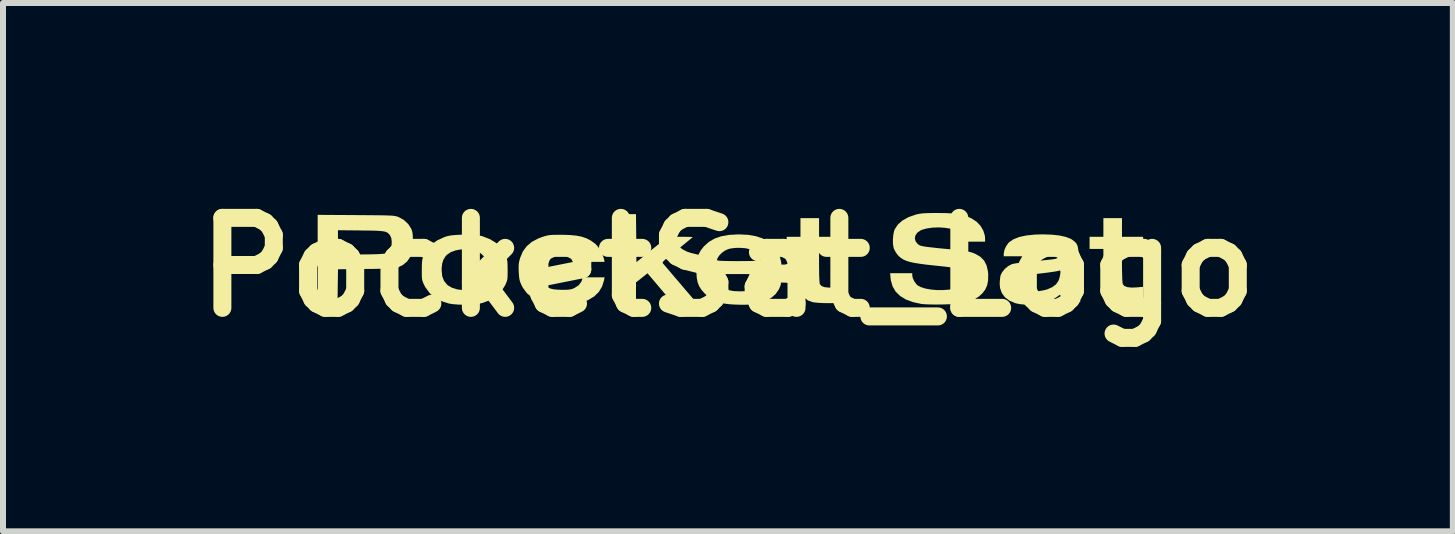
<source format=kicad_pcb>
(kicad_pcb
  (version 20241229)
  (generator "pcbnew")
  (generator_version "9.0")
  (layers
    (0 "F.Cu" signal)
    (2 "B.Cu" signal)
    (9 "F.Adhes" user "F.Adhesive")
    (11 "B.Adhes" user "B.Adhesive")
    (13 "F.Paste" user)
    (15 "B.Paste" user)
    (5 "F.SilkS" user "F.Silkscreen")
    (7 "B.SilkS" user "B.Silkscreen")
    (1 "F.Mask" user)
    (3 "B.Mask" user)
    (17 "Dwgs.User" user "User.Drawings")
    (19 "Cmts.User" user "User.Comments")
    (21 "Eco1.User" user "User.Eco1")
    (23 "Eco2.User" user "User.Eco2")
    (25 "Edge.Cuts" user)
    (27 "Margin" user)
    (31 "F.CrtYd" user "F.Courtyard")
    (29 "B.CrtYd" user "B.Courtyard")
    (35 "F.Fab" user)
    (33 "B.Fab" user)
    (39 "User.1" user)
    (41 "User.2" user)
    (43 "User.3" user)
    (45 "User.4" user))
  (footprint "PocketSat_Logo"
    (layer "F.Cu")
    (at 9.086 1.404)
    (property "Reference" "PocketSat_Logo" (at 0 0 0) (layer "F.SilkS") (effects (font (size 1.5 1.5) (thickness 0.3))))
    (attr board_only exclude_from_pos_files exclude_from_bom)
    (fp_poly (pts (xy 1.519 -0.662) (xy 1.519 -0.506) (xy 1.695 -0.506) (xy 1.87 -0.506) (xy 1.87 -0.405) (xy 1.87 -0.304) (xy 1.695 -0.304) (xy 1.519 -0.304) (xy 1.519 -0.028) (xy 1.52 0.058) (xy 1.521 0.136) (xy 1.524 0.202) (xy 1.527 0.252) (xy 1.531 0.28) (xy 1.532 0.282) (xy 1.558 0.313) (xy 1.608 0.333) (xy 1.68 0.341) (xy 1.765 0.337) (xy 1.87 0.328) (xy 1.87 0.456) (xy 1.87 0.584) (xy 1.828 0.592) (xy 1.784 0.597) (xy 1.722 0.6) (xy 1.649 0.6) (xy 1.572 0.598) (xy 1.501 0.594) (xy 1.442 0.588) (xy 1.407 0.582) (xy 1.335 0.555) (xy 1.283 0.516) (xy 1.243 0.46) (xy 1.239 0.452) (xy 1.23 0.433) (xy 1.223 0.413) (xy 1.217 0.39) (xy 1.213 0.36) (xy 1.211 0.318) (xy 1.209 0.262) (xy 1.209 0.188) (xy 1.209 0.091) (xy 1.209 0.044) (xy 1.209 -0.304) (xy 1.094 -0.304) (xy 0.979 -0.304) (xy 0.979 -0.405) (xy 0.979 -0.506) (xy 1.094 -0.506) (xy 1.209 -0.506) (xy 1.209 -0.662) (xy 1.209 -0.817) (xy 1.364 -0.817) (xy 1.519 -0.817)) (stroke (width 0) (type solid)) (fill yes) (layer "F.SilkS"))
    (fp_poly (pts (xy 6.569 -0.662) (xy 6.569 -0.506) (xy 6.745 -0.506) (xy 6.921 -0.506) (xy 6.921 -0.405) (xy 6.921 -0.304) (xy 6.745 -0.304) (xy 6.569 -0.304) (xy 6.569 -0.028) (xy 6.57 0.058) (xy 6.572 0.136) (xy 6.574 0.202) (xy 6.578 0.252) (xy 6.582 0.28) (xy 6.582 0.282) (xy 6.608 0.313) (xy 6.658 0.333) (xy 6.731 0.341) (xy 6.815 0.337) (xy 6.921 0.328) (xy 6.921 0.456) (xy 6.921 0.584) (xy 6.878 0.592) (xy 6.835 0.597) (xy 6.772 0.6) (xy 6.699 0.6) (xy 6.623 0.598) (xy 6.551 0.594) (xy 6.492 0.588) (xy 6.457 0.582) (xy 6.385 0.555) (xy 6.333 0.516) (xy 6.293 0.46) (xy 6.289 0.452) (xy 6.28 0.433) (xy 6.273 0.413) (xy 6.267 0.39) (xy 6.264 0.36) (xy 6.261 0.318) (xy 6.26 0.262) (xy 6.259 0.188) (xy 6.259 0.091) (xy 6.259 0.044) (xy 6.259 -0.304) (xy 6.144 -0.304) (xy 6.029 -0.304) (xy 6.029 -0.405) (xy 6.029 -0.506) (xy 6.144 -0.506) (xy 6.259 -0.506) (xy 6.259 -0.662) (xy 6.259 -0.817) (xy 6.414 -0.817) (xy 6.569 -0.817)) (stroke (width 0) (type solid)) (fill yes) (layer "F.SilkS"))
    (fp_poly (pts (xy -1.529 -0.484) (xy -1.526 -0.084) (xy -1.265 -0.295) (xy -1.003 -0.506) (xy -0.795 -0.506) (xy -0.724 -0.506) (xy -0.663 -0.505) (xy -0.617 -0.504) (xy -0.592 -0.502) (xy -0.587 -0.501) (xy -0.598 -0.492) (xy -0.626 -0.468) (xy -0.67 -0.432) (xy -0.726 -0.386) (xy -0.792 -0.333) (xy -0.845 -0.291) (xy -0.926 -0.227) (xy -0.987 -0.177) (xy -1.032 -0.139) (xy -1.062 -0.112) (xy -1.08 -0.093) (xy -1.088 -0.079) (xy -1.088 -0.069) (xy -1.084 -0.063) (xy -1.07 -0.047) (xy -1.042 -0.014) (xy -1 0.035) (xy -0.949 0.095) (xy -0.89 0.165) (xy -0.825 0.24) (xy -0.817 0.25) (xy -0.752 0.326) (xy -0.692 0.397) (xy -0.639 0.458) (xy -0.596 0.509) (xy -0.566 0.544) (xy -0.55 0.563) (xy -0.549 0.564) (xy -0.543 0.573) (xy -0.545 0.579) (xy -0.558 0.583) (xy -0.586 0.586) (xy -0.633 0.587) (xy -0.702 0.587) (xy -0.73 0.587) (xy -0.932 0.586) (xy -1.136 0.344) (xy -1.341 0.102) (xy -1.437 0.178) (xy -1.533 0.254) (xy -1.533 0.421) (xy -1.533 0.587) (xy -1.688 0.587) (xy -1.843 0.587) (xy -1.843 -0.149) (xy -1.843 -0.884) (xy -1.688 -0.884) (xy -1.533 -0.884)) (stroke (width 0) (type solid)) (fill yes) (layer "F.SilkS"))
    (fp_poly (pts (xy -6.201 -0.868) (xy -6.054 -0.867) (xy -5.93 -0.866) (xy -5.829 -0.865) (xy -5.747 -0.864) (xy -5.681 -0.862) (xy -5.63 -0.86) (xy -5.591 -0.858) (xy -5.561 -0.854) (xy -5.537 -0.85) (xy -5.518 -0.845) (xy -5.5 -0.839) (xy -5.488 -0.834) (xy -5.401 -0.785) (xy -5.33 -0.719) (xy -5.281 -0.642) (xy -5.269 -0.611) (xy -5.26 -0.577) (xy -5.255 -0.534) (xy -5.253 -0.477) (xy -5.253 -0.418) (xy -5.253 -0.347) (xy -5.255 -0.297) (xy -5.26 -0.26) (xy -5.268 -0.229) (xy -5.282 -0.198) (xy -5.294 -0.175) (xy -5.348 -0.096) (xy -5.423 -0.034) (xy -5.514 0.009) (xy -5.514 0.009) (xy -5.543 0.014) (xy -5.596 0.019) (xy -5.673 0.023) (xy -5.775 0.026) (xy -5.903 0.029) (xy -6.032 0.03) (xy -6.501 0.035) (xy -6.505 0.308) (xy -6.509 0.581) (xy -6.674 0.584) (xy -6.84 0.588) (xy -6.84 -0.142) (xy -6.84 -0.412) (xy -6.502 -0.412) (xy -6.502 -0.208) (xy -6.114 -0.212) (xy -5.998 -0.213) (xy -5.907 -0.215) (xy -5.836 -0.217) (xy -5.783 -0.22) (xy -5.744 -0.223) (xy -5.716 -0.228) (xy -5.696 -0.233) (xy -5.683 -0.239) (xy -5.649 -0.268) (xy -5.623 -0.306) (xy -5.623 -0.307) (xy -5.608 -0.363) (xy -5.605 -0.426) (xy -5.613 -0.485) (xy -5.632 -0.529) (xy -5.633 -0.53) (xy -5.65 -0.551) (xy -5.667 -0.568) (xy -5.689 -0.582) (xy -5.717 -0.592) (xy -5.755 -0.599) (xy -5.807 -0.604) (xy -5.875 -0.608) (xy -5.963 -0.61) (xy -6.073 -0.611) (xy -6.12 -0.612) (xy -6.502 -0.616) (xy -6.502 -0.412) (xy -6.84 -0.412) (xy -6.84 -0.872)) (stroke (width 0) (type solid)) (fill yes) (layer "F.SilkS"))
    (fp_poly (pts (xy -4.267 -0.539) (xy -4.182 -0.532) (xy -4.114 -0.521) (xy -4.092 -0.515) (xy -3.967 -0.466) (xy -3.862 -0.402) (xy -3.779 -0.323) (xy -3.719 -0.231) (xy -3.704 -0.199) (xy -3.691 -0.161) (xy -3.682 -0.124) (xy -3.676 -0.08) (xy -3.674 -0.023) (xy -3.673 0.047) (xy -3.673 0.118) (xy -3.675 0.17) (xy -3.679 0.208) (xy -3.688 0.239) (xy -3.701 0.272) (xy -3.717 0.306) (xy -3.78 0.405) (xy -3.863 0.486) (xy -3.966 0.55) (xy -4.088 0.595) (xy -4.139 0.608) (xy -4.21 0.618) (xy -4.299 0.624) (xy -4.397 0.626) (xy -4.494 0.624) (xy -4.581 0.617) (xy -4.649 0.607) (xy -4.773 0.568) (xy -4.882 0.509) (xy -4.972 0.433) (xy -5.041 0.341) (xy -5.06 0.306) (xy -5.079 0.267) (xy -5.091 0.235) (xy -5.099 0.203) (xy -5.103 0.164) (xy -5.104 0.11) (xy -5.104 0.053) (xy -4.773 0.053) (xy -4.764 0.149) (xy -4.734 0.227) (xy -4.683 0.291) (xy -4.665 0.306) (xy -4.597 0.345) (xy -4.511 0.371) (xy -4.415 0.382) (xy -4.315 0.378) (xy -4.24 0.364) (xy -4.15 0.33) (xy -4.082 0.279) (xy -4.035 0.212) (xy -4.01 0.127) (xy -4.004 0.053) (xy -4.008 -0.031) (xy -4.023 -0.098) (xy -4.051 -0.156) (xy -4.067 -0.179) (xy -4.12 -0.229) (xy -4.19 -0.265) (xy -4.274 -0.288) (xy -4.364 -0.299) (xy -4.455 -0.295) (xy -4.543 -0.279) (xy -4.621 -0.25) (xy -4.684 -0.207) (xy -4.71 -0.179) (xy -4.744 -0.123) (xy -4.764 -0.061) (xy -4.773 0.016) (xy -4.773 0.053) (xy -5.104 0.053) (xy -5.104 0.047) (xy -5.103 -0.028) (xy -5.101 -0.084) (xy -5.095 -0.127) (xy -5.086 -0.164) (xy -5.073 -0.199) (xy -5.02 -0.295) (xy -4.944 -0.378) (xy -4.846 -0.447) (xy -4.728 -0.501) (xy -4.686 -0.515) (xy -4.627 -0.528) (xy -4.548 -0.536) (xy -4.457 -0.541) (xy -4.361 -0.542)) (stroke (width 0) (type solid)) (fill yes) (layer "F.SilkS"))
    (fp_poly (pts (xy -2.768 -0.54) (xy -2.638 -0.536) (xy -2.529 -0.526) (xy -2.437 -0.508) (xy -2.357 -0.48) (xy -2.284 -0.442) (xy -2.214 -0.391) (xy -2.212 -0.39) (xy -2.169 -0.344) (xy -2.127 -0.282) (xy -2.092 -0.211) (xy -2.068 -0.143) (xy -2.066 -0.132) (xy -2.057 -0.088) (xy -2.233 -0.088) (xy -2.41 -0.088) (xy -2.436 -0.138) (xy -2.475 -0.2) (xy -2.524 -0.244) (xy -2.586 -0.273) (xy -2.665 -0.29) (xy -2.766 -0.295) (xy -2.768 -0.295) (xy -2.838 -0.294) (xy -2.889 -0.289) (xy -2.93 -0.281) (xy -2.97 -0.266) (xy -2.974 -0.264) (xy -3.046 -0.223) (xy -3.098 -0.172) (xy -3.132 -0.106) (xy -3.149 -0.022) (xy -3.153 0.054) (xy -3.145 0.145) (xy -3.119 0.219) (xy -3.075 0.28) (xy -3.055 0.299) (xy -3.01 0.333) (xy -2.962 0.356) (xy -2.904 0.37) (xy -2.83 0.376) (xy -2.761 0.378) (xy -2.693 0.377) (xy -2.643 0.373) (xy -2.606 0.366) (xy -2.572 0.354) (xy -2.556 0.346) (xy -2.488 0.301) (xy -2.445 0.244) (xy -2.43 0.205) (xy -2.421 0.169) (xy -2.239 0.169) (xy -2.056 0.169) (xy -2.066 0.219) (xy -2.098 0.322) (xy -2.152 0.412) (xy -2.229 0.487) (xy -2.327 0.547) (xy -2.445 0.591) (xy -2.508 0.607) (xy -2.584 0.618) (xy -2.676 0.624) (xy -2.776 0.626) (xy -2.875 0.624) (xy -2.964 0.617) (xy -3.029 0.607) (xy -3.155 0.568) (xy -3.263 0.51) (xy -3.352 0.434) (xy -3.421 0.34) (xy -3.439 0.305) (xy -3.46 0.258) (xy -3.473 0.217) (xy -3.481 0.171) (xy -3.486 0.111) (xy -3.488 0.079) (xy -3.49 0.007) (xy -3.488 -0.049) (xy -3.48 -0.098) (xy -3.466 -0.15) (xy -3.465 -0.153) (xy -3.421 -0.259) (xy -3.356 -0.348) (xy -3.271 -0.421) (xy -3.164 -0.478) (xy -3.1 -0.502) (xy -3.054 -0.517) (xy -3.014 -0.527) (xy -2.975 -0.534) (xy -2.929 -0.538) (xy -2.871 -0.539) (xy -2.794 -0.54)) (stroke (width 0) (type solid)) (fill yes) (layer "F.SilkS"))
    (fp_poly (pts (xy 0.337 -0.539) (xy 0.471 -0.515) (xy 0.586 -0.476) (xy 0.684 -0.419) (xy 0.763 -0.349) (xy 0.822 -0.271) (xy 0.863 -0.185) (xy 0.887 -0.085) (xy 0.895 -0.003) (xy 0.901 0.115) (xy 0.353 0.115) (xy -0.196 0.115) (xy -0.196 0.145) (xy -0.187 0.188) (xy -0.165 0.238) (xy -0.137 0.286) (xy -0.113 0.313) (xy -0.056 0.355) (xy 0.012 0.383) (xy 0.095 0.399) (xy 0.196 0.403) (xy 0.275 0.401) (xy 0.334 0.396) (xy 0.377 0.385) (xy 0.391 0.38) (xy 0.455 0.344) (xy 0.501 0.3) (xy 0.521 0.267) (xy 0.527 0.254) (xy 0.537 0.246) (xy 0.555 0.241) (xy 0.586 0.238) (xy 0.635 0.237) (xy 0.706 0.236) (xy 0.709 0.236) (xy 0.78 0.236) (xy 0.829 0.237) (xy 0.86 0.24) (xy 0.876 0.245) (xy 0.883 0.253) (xy 0.884 0.264) (xy 0.884 0.267) (xy 0.879 0.296) (xy 0.863 0.338) (xy 0.849 0.37) (xy 0.795 0.448) (xy 0.719 0.514) (xy 0.622 0.566) (xy 0.507 0.603) (xy 0.449 0.614) (xy 0.379 0.622) (xy 0.293 0.626) (xy 0.198 0.626) (xy 0.103 0.623) (xy 0.016 0.617) (xy -0.054 0.608) (xy -0.067 0.606) (xy -0.187 0.57) (xy -0.289 0.519) (xy -0.378 0.448) (xy -0.386 0.44) (xy -0.44 0.38) (xy -0.479 0.32) (xy -0.505 0.255) (xy -0.52 0.178) (xy -0.526 0.083) (xy -0.526 0.041) (xy -0.523 -0.062) (xy -0.515 -0.116) (xy -0.182 -0.116) (xy -0.171 -0.111) (xy -0.135 -0.107) (xy -0.074 -0.104) (xy 0.012 -0.102) (xy 0.124 -0.101) (xy 0.182 -0.101) (xy 0.306 -0.102) (xy 0.403 -0.103) (xy 0.475 -0.106) (xy 0.522 -0.109) (xy 0.545 -0.113) (xy 0.547 -0.116) (xy 0.535 -0.156) (xy 0.505 -0.2) (xy 0.461 -0.244) (xy 0.409 -0.28) (xy 0.366 -0.299) (xy 0.296 -0.315) (xy 0.211 -0.322) (xy 0.123 -0.321) (xy 0.043 -0.311) (xy -0.001 -0.299) (xy -0.055 -0.273) (xy -0.105 -0.236) (xy -0.147 -0.192) (xy -0.175 -0.148) (xy -0.182 -0.116) (xy -0.515 -0.116) (xy -0.511 -0.145) (xy -0.489 -0.214) (xy -0.455 -0.277) (xy -0.407 -0.339) (xy -0.396 -0.351) (xy -0.317 -0.422) (xy -0.222 -0.477) (xy -0.111 -0.515) (xy 0.019 -0.538) (xy 0.169 -0.546) (xy 0.182 -0.546)) (stroke (width 0) (type solid)) (fill yes) (layer "F.SilkS"))
    (fp_poly (pts (xy 3.511 -0.903) (xy 3.635 -0.901) (xy 3.738 -0.896) (xy 3.825 -0.887) (xy 3.9 -0.872) (xy 3.969 -0.851) (xy 4.037 -0.824) (xy 4.067 -0.809) (xy 4.145 -0.758) (xy 4.21 -0.69) (xy 4.257 -0.61) (xy 4.283 -0.525) (xy 4.287 -0.477) (xy 4.287 -0.425) (xy 4.113 -0.425) (xy 3.939 -0.425) (xy 3.93 -0.462) (xy 3.9 -0.533) (xy 3.851 -0.585) (xy 3.8 -0.614) (xy 3.717 -0.64) (xy 3.619 -0.656) (xy 3.514 -0.663) (xy 3.41 -0.659) (xy 3.313 -0.645) (xy 3.231 -0.622) (xy 3.21 -0.612) (xy 3.157 -0.575) (xy 3.125 -0.528) (xy 3.116 -0.477) (xy 3.13 -0.428) (xy 3.166 -0.384) (xy 3.189 -0.368) (xy 3.209 -0.359) (xy 3.239 -0.351) (xy 3.283 -0.343) (xy 3.343 -0.335) (xy 3.423 -0.326) (xy 3.525 -0.315) (xy 3.586 -0.309) (xy 3.709 -0.298) (xy 3.809 -0.287) (xy 3.889 -0.278) (xy 3.952 -0.269) (xy 4.003 -0.26) (xy 4.044 -0.251) (xy 4.079 -0.24) (xy 4.112 -0.227) (xy 4.125 -0.221) (xy 4.208 -0.173) (xy 4.27 -0.111) (xy 4.311 -0.031) (xy 4.334 0.066) (xy 4.339 0.117) (xy 4.337 0.219) (xy 4.321 0.304) (xy 4.288 0.376) (xy 4.242 0.436) (xy 4.185 0.488) (xy 4.118 0.531) (xy 4.039 0.565) (xy 3.945 0.59) (xy 3.832 0.607) (xy 3.698 0.618) (xy 3.572 0.622) (xy 3.484 0.623) (xy 3.399 0.622) (xy 3.324 0.62) (xy 3.265 0.617) (xy 3.228 0.614) (xy 3.086 0.583) (xy 2.966 0.539) (xy 2.87 0.48) (xy 2.796 0.408) (xy 2.745 0.321) (xy 2.716 0.22) (xy 2.711 0.18) (xy 2.704 0.101) (xy 2.888 0.101) (xy 3.072 0.101) (xy 3.072 0.136) (xy 3.081 0.181) (xy 3.105 0.233) (xy 3.138 0.28) (xy 3.161 0.303) (xy 3.217 0.333) (xy 3.293 0.357) (xy 3.384 0.373) (xy 3.483 0.382) (xy 3.585 0.382) (xy 3.685 0.375) (xy 3.775 0.359) (xy 3.852 0.335) (xy 3.869 0.327) (xy 3.924 0.287) (xy 3.959 0.237) (xy 3.973 0.183) (xy 3.967 0.129) (xy 3.94 0.08) (xy 3.895 0.041) (xy 3.847 0.022) (xy 3.819 0.017) (xy 3.769 0.01) (xy 3.7 0.001) (xy 3.618 -0.009) (xy 3.526 -0.019) (xy 3.455 -0.026) (xy 3.317 -0.041) (xy 3.203 -0.056) (xy 3.11 -0.071) (xy 3.034 -0.087) (xy 2.974 -0.106) (xy 2.925 -0.127) (xy 2.884 -0.153) (xy 2.849 -0.183) (xy 2.825 -0.209) (xy 2.794 -0.254) (xy 2.768 -0.304) (xy 2.762 -0.324) (xy 2.751 -0.385) (xy 2.75 -0.459) (xy 2.756 -0.534) (xy 2.769 -0.6) (xy 2.782 -0.634) (xy 2.834 -0.712) (xy 2.911 -0.779) (xy 3.01 -0.834) (xy 3.131 -0.876) (xy 3.149 -0.881) (xy 3.19 -0.889) (xy 3.236 -0.896) (xy 3.294 -0.9) (xy 3.366 -0.902) (xy 3.458 -0.903)) (stroke (width 0) (type solid)) (fill yes) (layer "F.SilkS"))
    (fp_poly (pts (xy 5.397 -0.542) (xy 5.527 -0.528) (xy 5.634 -0.504) (xy 5.717 -0.472) (xy 5.77 -0.435) (xy 5.791 -0.415) (xy 5.807 -0.397) (xy 5.82 -0.375) (xy 5.83 -0.348) (xy 5.837 -0.313) (xy 5.843 -0.266) (xy 5.847 -0.205) (xy 5.85 -0.126) (xy 5.852 -0.026) (xy 5.854 0.098) (xy 5.855 0.108) (xy 5.857 0.214) (xy 5.859 0.313) (xy 5.862 0.399) (xy 5.865 0.471) (xy 5.868 0.525) (xy 5.871 0.557) (xy 5.873 0.564) (xy 5.875 0.574) (xy 5.87 0.581) (xy 5.851 0.585) (xy 5.815 0.587) (xy 5.759 0.587) (xy 5.728 0.587) (xy 5.573 0.587) (xy 5.558 0.545) (xy 5.547 0.507) (xy 5.543 0.476) (xy 5.541 0.463) (xy 5.53 0.463) (xy 5.507 0.479) (xy 5.49 0.492) (xy 5.412 0.543) (xy 5.32 0.585) (xy 5.228 0.613) (xy 5.22 0.614) (xy 5.141 0.624) (xy 5.051 0.628) (xy 4.958 0.625) (xy 4.872 0.617) (xy 4.801 0.603) (xy 4.791 0.6) (xy 4.693 0.558) (xy 4.618 0.502) (xy 4.566 0.432) (xy 4.537 0.349) (xy 4.53 0.278) (xy 4.531 0.274) (xy 4.868 0.274) (xy 4.879 0.328) (xy 4.914 0.368) (xy 4.971 0.393) (xy 5.051 0.405) (xy 5.138 0.404) (xy 5.203 0.397) (xy 5.271 0.384) (xy 5.321 0.371) (xy 5.406 0.334) (xy 5.469 0.287) (xy 5.51 0.227) (xy 5.523 0.193) (xy 5.535 0.145) (xy 5.542 0.102) (xy 5.543 0.086) (xy 5.541 0.06) (xy 5.529 0.055) (xy 5.513 0.061) (xy 5.49 0.066) (xy 5.445 0.074) (xy 5.383 0.083) (xy 5.309 0.093) (xy 5.234 0.102) (xy 5.124 0.115) (xy 5.039 0.127) (xy 4.975 0.141) (xy 4.929 0.156) (xy 4.898 0.175) (xy 4.88 0.199) (xy 4.871 0.229) (xy 4.868 0.267) (xy 4.868 0.274) (xy 4.531 0.274) (xy 4.533 0.222) (xy 4.539 0.168) (xy 4.545 0.137) (xy 4.571 0.084) (xy 4.615 0.03) (xy 4.671 -0.017) (xy 4.731 -0.049) (xy 4.738 -0.051) (xy 4.771 -0.059) (xy 4.826 -0.068) (xy 4.899 -0.078) (xy 4.986 -0.089) (xy 5.081 -0.098) (xy 5.115 -0.101) (xy 5.224 -0.111) (xy 5.309 -0.119) (xy 5.374 -0.126) (xy 5.421 -0.132) (xy 5.455 -0.138) (xy 5.477 -0.144) (xy 5.491 -0.152) (xy 5.501 -0.161) (xy 5.509 -0.172) (xy 5.511 -0.176) (xy 5.524 -0.217) (xy 5.513 -0.255) (xy 5.478 -0.287) (xy 5.459 -0.296) (xy 5.396 -0.314) (xy 5.316 -0.324) (xy 5.229 -0.326) (xy 5.143 -0.319) (xy 5.137 -0.318) (xy 5.065 -0.304) (xy 5.013 -0.285) (xy 4.977 -0.258) (xy 4.951 -0.222) (xy 4.929 -0.182) (xy 4.763 -0.182) (xy 4.598 -0.182) (xy 4.598 -0.226) (xy 4.609 -0.285) (xy 4.636 -0.347) (xy 4.675 -0.402) (xy 4.687 -0.415) (xy 4.758 -0.464) (xy 4.853 -0.502) (xy 4.972 -0.528) (xy 5.115 -0.543) (xy 5.244 -0.547)) (stroke (width 0) (type solid)) (fill yes) (layer "F.SilkS")))
  (gr_rect
    (start -3 -3)
    (end 21.171 5.808)
    (stroke (width 0.1) (type default))
    (fill no)
    (layer "Edge.Cuts")))
</source>
